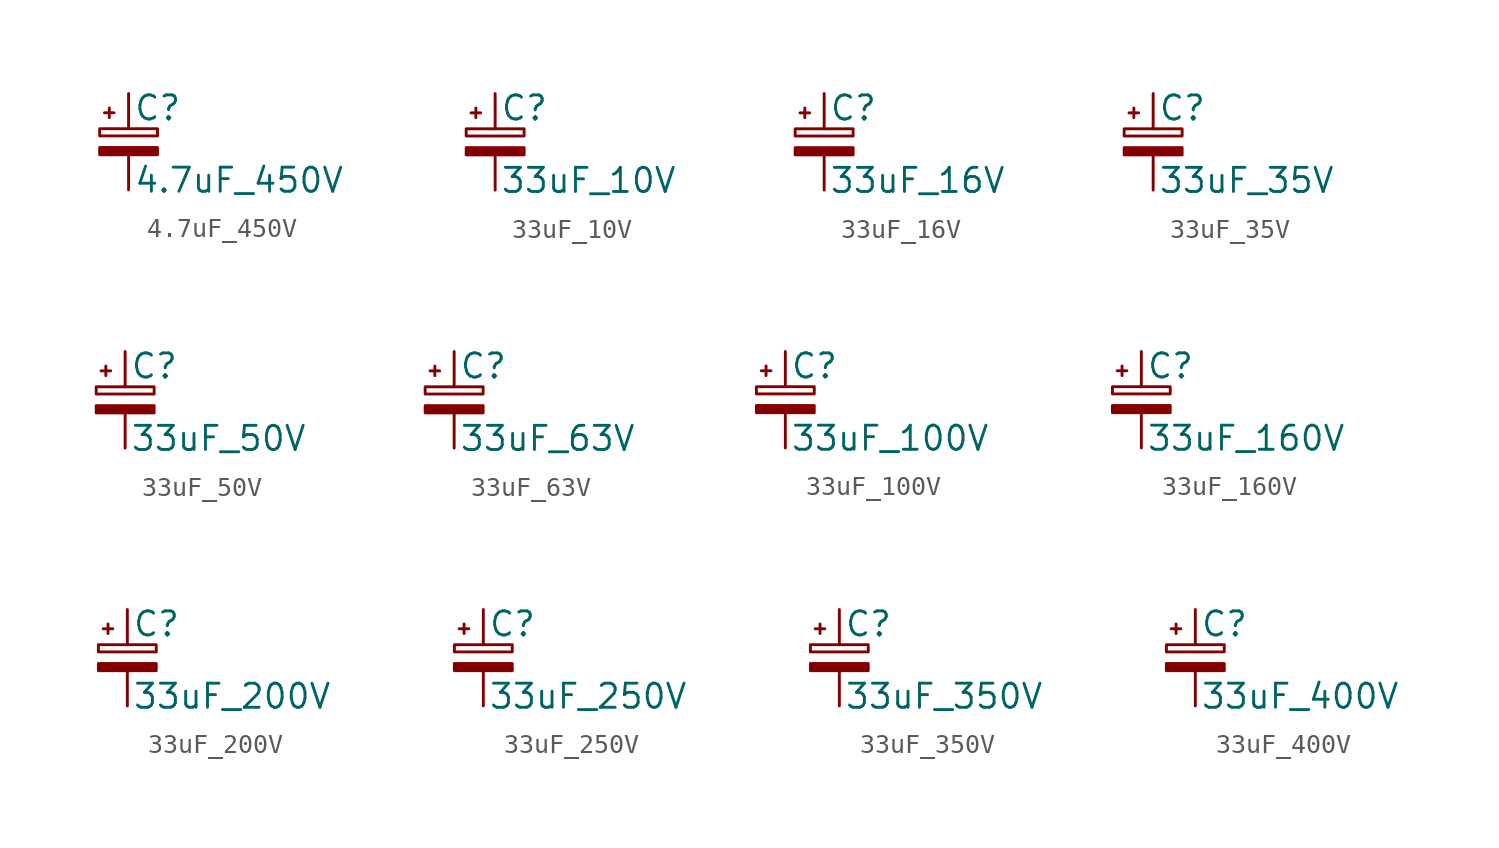
<source format=kicad_sym>
(kicad_symbol_lib
  (version 20211014)
  (generator kicad_symbol_editor)
  (symbol "4.7uF_450V"
    (pin_numbers hide)
    (pin_names
      (offset 0.254) hide)
    (property "Reference" "C"
      (at 0.254 1.778 0)
      (effects (font (size 1.27 1.27)) (justify left)))
    (property "Value" "4.7uF_450V"
      (at 0.254 -2.032 0)
      (effects (font (size 1.27 1.27)) (justify left)))
    (symbol "4.7uF_450V_0_1"
      (rectangle (start -1.524 -0.305) (end 1.524 -0.686) (stroke (width 0) (type default) (color 0 0 0 0)) (fill (type outline)))
      (rectangle (start -1.524 0.686) (end 1.524 0.305) (stroke (width 0) (type default) (color 0 0 0 0)) (fill (type none)))
      (polyline (pts (xy -1.27 1.524) (xy -0.762 1.524)) (stroke (width 0) (type default) (color 0 0 0 0)) (fill (type none)))
      (polyline (pts (xy -1.016 1.27) (xy -1.016 1.778)) (stroke (width 0) (type default) (color 0 0 0 0)) (fill (type none))))
    (symbol "4.7uF_450V_1_1"
      (pin passive line (at 0 2.54 270) (length 1.854) (name "~" (effects (font (size 1.27 1.27)))) (number "1" (effects (font (size 1.27 1.27)))))
      (pin passive line (at 0 -2.54 90) (length 1.854) (name "~" (effects (font (size 1.27 1.27)))) (number "2" (effects (font (size 1.27 1.27)))))))
  (symbol "33uF_10V"
    (pin_numbers hide)
    (pin_names
      (offset 0.254) hide)
    (property "Reference" "C"
      (at 0.254 1.778 0)
      (effects (font (size 1.27 1.27)) (justify left)))
    (property "Value" "33uF_10V"
      (at 0.254 -2.032 0)
      (effects (font (size 1.27 1.27)) (justify left)))
    (symbol "33uF_10V_0_1"
      (rectangle (start -1.524 -0.305) (end 1.524 -0.686) (stroke (width 0) (type default) (color 0 0 0 0)) (fill (type outline)))
      (rectangle (start -1.524 0.686) (end 1.524 0.305) (stroke (width 0) (type default) (color 0 0 0 0)) (fill (type none)))
      (polyline (pts (xy -1.27 1.524) (xy -0.762 1.524)) (stroke (width 0) (type default) (color 0 0 0 0)) (fill (type none)))
      (polyline (pts (xy -1.016 1.27) (xy -1.016 1.778)) (stroke (width 0) (type default) (color 0 0 0 0)) (fill (type none))))
    (symbol "33uF_10V_1_1"
      (pin passive line (at 0 2.54 270) (length 1.854) (name "~" (effects (font (size 1.27 1.27)))) (number "1" (effects (font (size 1.27 1.27)))))
      (pin passive line (at 0 -2.54 90) (length 1.854) (name "~" (effects (font (size 1.27 1.27)))) (number "2" (effects (font (size 1.27 1.27)))))))
  (symbol "33uF_16V"
    (pin_numbers hide)
    (pin_names
      (offset 0.254) hide)
    (property "Reference" "C"
      (at 0.254 1.778 0)
      (effects (font (size 1.27 1.27)) (justify left)))
    (property "Value" "33uF_16V"
      (at 0.254 -2.032 0)
      (effects (font (size 1.27 1.27)) (justify left)))
    (symbol "33uF_16V_0_1"
      (rectangle (start -1.524 -0.305) (end 1.524 -0.686) (stroke (width 0) (type default) (color 0 0 0 0)) (fill (type outline)))
      (rectangle (start -1.524 0.686) (end 1.524 0.305) (stroke (width 0) (type default) (color 0 0 0 0)) (fill (type none)))
      (polyline (pts (xy -1.27 1.524) (xy -0.762 1.524)) (stroke (width 0) (type default) (color 0 0 0 0)) (fill (type none)))
      (polyline (pts (xy -1.016 1.27) (xy -1.016 1.778)) (stroke (width 0) (type default) (color 0 0 0 0)) (fill (type none))))
    (symbol "33uF_16V_1_1"
      (pin passive line (at 0 2.54 270) (length 1.854) (name "~" (effects (font (size 1.27 1.27)))) (number "1" (effects (font (size 1.27 1.27)))))
      (pin passive line (at 0 -2.54 90) (length 1.854) (name "~" (effects (font (size 1.27 1.27)))) (number "2" (effects (font (size 1.27 1.27)))))))
  (symbol "33uF_35V"
    (pin_numbers hide)
    (pin_names
      (offset 0.254) hide)
    (property "Reference" "C"
      (at 0.254 1.778 0)
      (effects (font (size 1.27 1.27)) (justify left)))
    (property "Value" "33uF_35V"
      (at 0.254 -2.032 0)
      (effects (font (size 1.27 1.27)) (justify left)))
    (symbol "33uF_35V_0_1"
      (rectangle (start -1.524 -0.305) (end 1.524 -0.686) (stroke (width 0) (type default) (color 0 0 0 0)) (fill (type outline)))
      (rectangle (start -1.524 0.686) (end 1.524 0.305) (stroke (width 0) (type default) (color 0 0 0 0)) (fill (type none)))
      (polyline (pts (xy -1.27 1.524) (xy -0.762 1.524)) (stroke (width 0) (type default) (color 0 0 0 0)) (fill (type none)))
      (polyline (pts (xy -1.016 1.27) (xy -1.016 1.778)) (stroke (width 0) (type default) (color 0 0 0 0)) (fill (type none))))
    (symbol "33uF_35V_1_1"
      (pin passive line (at 0 2.54 270) (length 1.854) (name "~" (effects (font (size 1.27 1.27)))) (number "1" (effects (font (size 1.27 1.27)))))
      (pin passive line (at 0 -2.54 90) (length 1.854) (name "~" (effects (font (size 1.27 1.27)))) (number "2" (effects (font (size 1.27 1.27)))))))
  (symbol "33uF_50V"
    (pin_numbers hide)
    (pin_names
      (offset 0.254) hide)
    (property "Reference" "C"
      (at 0.254 1.778 0)
      (effects (font (size 1.27 1.27)) (justify left)))
    (property "Value" "33uF_50V"
      (at 0.254 -2.032 0)
      (effects (font (size 1.27 1.27)) (justify left)))
    (symbol "33uF_50V_0_1"
      (rectangle (start -1.524 -0.305) (end 1.524 -0.686) (stroke (width 0) (type default) (color 0 0 0 0)) (fill (type outline)))
      (rectangle (start -1.524 0.686) (end 1.524 0.305) (stroke (width 0) (type default) (color 0 0 0 0)) (fill (type none)))
      (polyline (pts (xy -1.27 1.524) (xy -0.762 1.524)) (stroke (width 0) (type default) (color 0 0 0 0)) (fill (type none)))
      (polyline (pts (xy -1.016 1.27) (xy -1.016 1.778)) (stroke (width 0) (type default) (color 0 0 0 0)) (fill (type none))))
    (symbol "33uF_50V_1_1"
      (pin passive line (at 0 2.54 270) (length 1.854) (name "~" (effects (font (size 1.27 1.27)))) (number "1" (effects (font (size 1.27 1.27)))))
      (pin passive line (at 0 -2.54 90) (length 1.854) (name "~" (effects (font (size 1.27 1.27)))) (number "2" (effects (font (size 1.27 1.27)))))))
  (symbol "33uF_63V"
    (pin_numbers hide)
    (pin_names
      (offset 0.254) hide)
    (property "Reference" "C"
      (at 0.254 1.778 0)
      (effects (font (size 1.27 1.27)) (justify left)))
    (property "Value" "33uF_63V"
      (at 0.254 -2.032 0)
      (effects (font (size 1.27 1.27)) (justify left)))
    (symbol "33uF_63V_0_1"
      (rectangle (start -1.524 -0.305) (end 1.524 -0.686) (stroke (width 0) (type default) (color 0 0 0 0)) (fill (type outline)))
      (rectangle (start -1.524 0.686) (end 1.524 0.305) (stroke (width 0) (type default) (color 0 0 0 0)) (fill (type none)))
      (polyline (pts (xy -1.27 1.524) (xy -0.762 1.524)) (stroke (width 0) (type default) (color 0 0 0 0)) (fill (type none)))
      (polyline (pts (xy -1.016 1.27) (xy -1.016 1.778)) (stroke (width 0) (type default) (color 0 0 0 0)) (fill (type none))))
    (symbol "33uF_63V_1_1"
      (pin passive line (at 0 2.54 270) (length 1.854) (name "~" (effects (font (size 1.27 1.27)))) (number "1" (effects (font (size 1.27 1.27)))))
      (pin passive line (at 0 -2.54 90) (length 1.854) (name "~" (effects (font (size 1.27 1.27)))) (number "2" (effects (font (size 1.27 1.27)))))))
  (symbol "33uF_100V"
    (pin_numbers hide)
    (pin_names
      (offset 0.254) hide)
    (property "Reference" "C"
      (at 0.254 1.778 0)
      (effects (font (size 1.27 1.27)) (justify left)))
    (property "Value" "33uF_100V"
      (at 0.254 -2.032 0)
      (effects (font (size 1.27 1.27)) (justify left)))
    (symbol "33uF_100V_0_1"
      (rectangle (start -1.524 -0.305) (end 1.524 -0.686) (stroke (width 0) (type default) (color 0 0 0 0)) (fill (type outline)))
      (rectangle (start -1.524 0.686) (end 1.524 0.305) (stroke (width 0) (type default) (color 0 0 0 0)) (fill (type none)))
      (polyline (pts (xy -1.27 1.524) (xy -0.762 1.524)) (stroke (width 0) (type default) (color 0 0 0 0)) (fill (type none)))
      (polyline (pts (xy -1.016 1.27) (xy -1.016 1.778)) (stroke (width 0) (type default) (color 0 0 0 0)) (fill (type none))))
    (symbol "33uF_100V_1_1"
      (pin passive line (at 0 2.54 270) (length 1.854) (name "~" (effects (font (size 1.27 1.27)))) (number "1" (effects (font (size 1.27 1.27)))))
      (pin passive line (at 0 -2.54 90) (length 1.854) (name "~" (effects (font (size 1.27 1.27)))) (number "2" (effects (font (size 1.27 1.27)))))))
  (symbol "33uF_160V"
    (pin_numbers hide)
    (pin_names
      (offset 0.254) hide)
    (property "Reference" "C"
      (at 0.254 1.778 0)
      (effects (font (size 1.27 1.27)) (justify left)))
    (property "Value" "33uF_160V"
      (at 0.254 -2.032 0)
      (effects (font (size 1.27 1.27)) (justify left)))
    (symbol "33uF_160V_0_1"
      (rectangle (start -1.524 -0.305) (end 1.524 -0.686) (stroke (width 0) (type default) (color 0 0 0 0)) (fill (type outline)))
      (rectangle (start -1.524 0.686) (end 1.524 0.305) (stroke (width 0) (type default) (color 0 0 0 0)) (fill (type none)))
      (polyline (pts (xy -1.27 1.524) (xy -0.762 1.524)) (stroke (width 0) (type default) (color 0 0 0 0)) (fill (type none)))
      (polyline (pts (xy -1.016 1.27) (xy -1.016 1.778)) (stroke (width 0) (type default) (color 0 0 0 0)) (fill (type none))))
    (symbol "33uF_160V_1_1"
      (pin passive line (at 0 2.54 270) (length 1.854) (name "~" (effects (font (size 1.27 1.27)))) (number "1" (effects (font (size 1.27 1.27)))))
      (pin passive line (at 0 -2.54 90) (length 1.854) (name "~" (effects (font (size 1.27 1.27)))) (number "2" (effects (font (size 1.27 1.27)))))))
  (symbol "33uF_200V"
    (pin_numbers hide)
    (pin_names
      (offset 0.254) hide)
    (property "Reference" "C"
      (at 0.254 1.778 0)
      (effects (font (size 1.27 1.27)) (justify left)))
    (property "Value" "33uF_200V"
      (at 0.254 -2.032 0)
      (effects (font (size 1.27 1.27)) (justify left)))
    (symbol "33uF_200V_0_1"
      (rectangle (start -1.524 -0.305) (end 1.524 -0.686) (stroke (width 0) (type default) (color 0 0 0 0)) (fill (type outline)))
      (rectangle (start -1.524 0.686) (end 1.524 0.305) (stroke (width 0) (type default) (color 0 0 0 0)) (fill (type none)))
      (polyline (pts (xy -1.27 1.524) (xy -0.762 1.524)) (stroke (width 0) (type default) (color 0 0 0 0)) (fill (type none)))
      (polyline (pts (xy -1.016 1.27) (xy -1.016 1.778)) (stroke (width 0) (type default) (color 0 0 0 0)) (fill (type none))))
    (symbol "33uF_200V_1_1"
      (pin passive line (at 0 2.54 270) (length 1.854) (name "~" (effects (font (size 1.27 1.27)))) (number "1" (effects (font (size 1.27 1.27)))))
      (pin passive line (at 0 -2.54 90) (length 1.854) (name "~" (effects (font (size 1.27 1.27)))) (number "2" (effects (font (size 1.27 1.27)))))))
  (symbol "33uF_250V"
    (pin_numbers hide)
    (pin_names
      (offset 0.254) hide)
    (property "Reference" "C"
      (at 0.254 1.778 0)
      (effects (font (size 1.27 1.27)) (justify left)))
    (property "Value" "33uF_250V"
      (at 0.254 -2.032 0)
      (effects (font (size 1.27 1.27)) (justify left)))
    (symbol "33uF_250V_0_1"
      (rectangle (start -1.524 -0.305) (end 1.524 -0.686) (stroke (width 0) (type default) (color 0 0 0 0)) (fill (type outline)))
      (rectangle (start -1.524 0.686) (end 1.524 0.305) (stroke (width 0) (type default) (color 0 0 0 0)) (fill (type none)))
      (polyline (pts (xy -1.27 1.524) (xy -0.762 1.524)) (stroke (width 0) (type default) (color 0 0 0 0)) (fill (type none)))
      (polyline (pts (xy -1.016 1.27) (xy -1.016 1.778)) (stroke (width 0) (type default) (color 0 0 0 0)) (fill (type none))))
    (symbol "33uF_250V_1_1"
      (pin passive line (at 0 2.54 270) (length 1.854) (name "~" (effects (font (size 1.27 1.27)))) (number "1" (effects (font (size 1.27 1.27)))))
      (pin passive line (at 0 -2.54 90) (length 1.854) (name "~" (effects (font (size 1.27 1.27)))) (number "2" (effects (font (size 1.27 1.27)))))))
  (symbol "33uF_350V"
    (pin_numbers hide)
    (pin_names
      (offset 0.254) hide)
    (property "Reference" "C"
      (at 0.254 1.778 0)
      (effects (font (size 1.27 1.27)) (justify left)))
    (property "Value" "33uF_350V"
      (at 0.254 -2.032 0)
      (effects (font (size 1.27 1.27)) (justify left)))
    (symbol "33uF_350V_0_1"
      (rectangle (start -1.524 -0.305) (end 1.524 -0.686) (stroke (width 0) (type default) (color 0 0 0 0)) (fill (type outline)))
      (rectangle (start -1.524 0.686) (end 1.524 0.305) (stroke (width 0) (type default) (color 0 0 0 0)) (fill (type none)))
      (polyline (pts (xy -1.27 1.524) (xy -0.762 1.524)) (stroke (width 0) (type default) (color 0 0 0 0)) (fill (type none)))
      (polyline (pts (xy -1.016 1.27) (xy -1.016 1.778)) (stroke (width 0) (type default) (color 0 0 0 0)) (fill (type none))))
    (symbol "33uF_350V_1_1"
      (pin passive line (at 0 2.54 270) (length 1.854) (name "~" (effects (font (size 1.27 1.27)))) (number "1" (effects (font (size 1.27 1.27)))))
      (pin passive line (at 0 -2.54 90) (length 1.854) (name "~" (effects (font (size 1.27 1.27)))) (number "2" (effects (font (size 1.27 1.27)))))))
  (symbol "33uF_400V"
    (pin_numbers hide)
    (pin_names
      (offset 0.254) hide)
    (property "Reference" "C"
      (at 0.254 1.778 0)
      (effects (font (size 1.27 1.27)) (justify left)))
    (property "Value" "33uF_400V"
      (at 0.254 -2.032 0)
      (effects (font (size 1.27 1.27)) (justify left)))
    (symbol "33uF_400V_0_1"
      (rectangle (start -1.524 -0.305) (end 1.524 -0.686) (stroke (width 0) (type default) (color 0 0 0 0)) (fill (type outline)))
      (rectangle (start -1.524 0.686) (end 1.524 0.305) (stroke (width 0) (type default) (color 0 0 0 0)) (fill (type none)))
      (polyline (pts (xy -1.27 1.524) (xy -0.762 1.524)) (stroke (width 0) (type default) (color 0 0 0 0)) (fill (type none)))
      (polyline (pts (xy -1.016 1.27) (xy -1.016 1.778)) (stroke (width 0) (type default) (color 0 0 0 0)) (fill (type none))))
    (symbol "33uF_400V_1_1"
      (pin passive line (at 0 2.54 270) (length 1.854) (name "~" (effects (font (size 1.27 1.27)))) (number "1" (effects (font (size 1.27 1.27)))))
      (pin passive line (at 0 -2.54 90) (length 1.854) (name "~" (effects (font (size 1.27 1.27)))) (number "2" (effects (font (size 1.27 1.27))))))))
</source>
